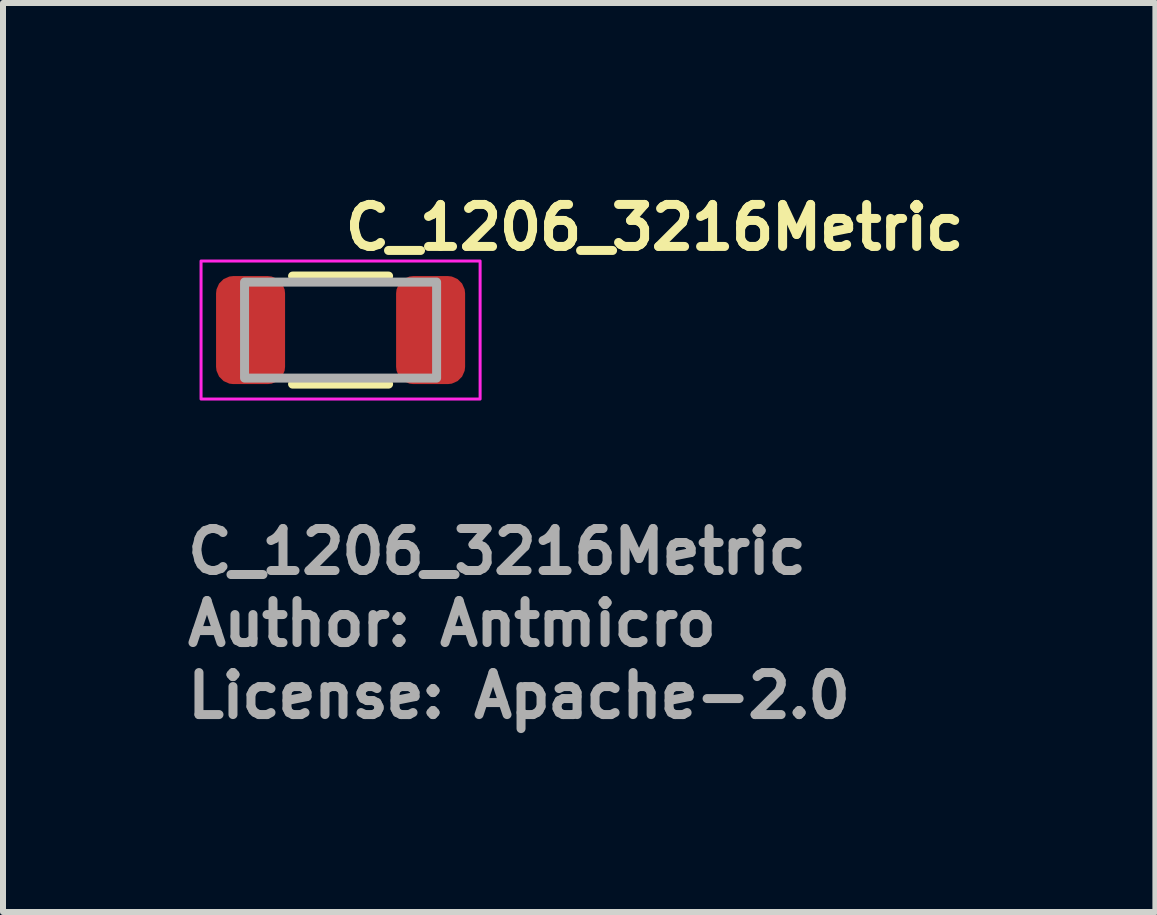
<source format=kicad_pcb>
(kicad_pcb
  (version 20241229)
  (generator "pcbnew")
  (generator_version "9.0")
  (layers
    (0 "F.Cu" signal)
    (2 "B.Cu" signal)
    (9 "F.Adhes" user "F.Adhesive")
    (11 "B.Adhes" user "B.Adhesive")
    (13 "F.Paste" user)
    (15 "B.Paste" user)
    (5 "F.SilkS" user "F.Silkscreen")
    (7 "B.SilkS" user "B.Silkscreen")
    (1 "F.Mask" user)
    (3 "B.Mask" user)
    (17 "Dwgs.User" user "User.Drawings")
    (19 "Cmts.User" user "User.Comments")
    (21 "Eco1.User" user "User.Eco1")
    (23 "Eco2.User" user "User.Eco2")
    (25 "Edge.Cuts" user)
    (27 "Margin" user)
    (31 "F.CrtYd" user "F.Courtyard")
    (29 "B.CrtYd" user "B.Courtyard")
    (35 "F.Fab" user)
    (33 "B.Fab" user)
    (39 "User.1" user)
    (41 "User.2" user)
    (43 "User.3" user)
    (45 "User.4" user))
  (footprint "C_1206_3216Metric"
    (layer "F.Cu")
    (at 2.625 2.449)
    (property "Reference" "C_1206_3216Metric" (at 0 -1.299 0) (layer "F.SilkS") (effects (font (size 0.7 0.7) (thickness 0.15)) (justify left bottom)))
    (attr smd)
    (fp_line (start 0.8 -0.899) (end -0.8 -0.899) (stroke (width 0.15) (type solid)) (layer "F.SilkS"))
    (fp_line (start 0.8 0.901) (end -0.8 0.901) (stroke (width 0.15) (type solid)) (layer "F.SilkS"))
    (fp_rect (start -2.325 -1.15) (end 2.325 1.15) (stroke (width 0.05) (type default)) (fill no) (layer "F.CrtYd"))
    (fp_rect (start -1.6 -0.799) (end 1.6 0.801) (stroke (width 0.15) (type solid)) (fill no) (layer "F.Fab"))
    (fp_rect (start -1.601 -0.801) (end 1.6 0.801) (stroke (width 0.1) (type solid)) (fill no) (layer "User.5"))
    (fp_line (start -1.601 -0.778) (end -1.601 -0.776) (stroke (width 0.02) (type solid)) (layer "User.9"))
    (fp_line (start -1.601 -0.778) (end -1.599 -0.779) (stroke (width 0.02) (type solid)) (layer "User.9"))
    (fp_line (start -1.601 -0.776) (end -1.601 -0.778) (stroke (width 0.02) (type solid)) (layer "User.9"))
    (fp_line (start -1.601 -0.776) (end -1.601 -0.775) (stroke (width 0.02) (type solid)) (layer "User.9"))
    (fp_line (start -1.601 -0.775) (end -1.601 -0.776) (stroke (width 0.02) (type solid)) (layer "User.9"))
    (fp_line (start -1.601 -0.775) (end -1.601 -0.773) (stroke (width 0.02) (type solid)) (layer "User.9"))
    (fp_line (start -1.601 -0.773) (end -1.601 -0.775) (stroke (width 0.02) (type solid)) (layer "User.9"))
    (fp_line (start -1.601 -0.773) (end -1.601 -0.772) (stroke (width 0.02) (type solid)) (layer "User.9"))
    (fp_line (start -1.601 -0.772) (end -1.601 -0.773) (stroke (width 0.02) (type solid)) (layer "User.9"))
    (fp_line (start -1.601 -0.772) (end -1.601 -0.771) (stroke (width 0.02) (type solid)) (layer "User.9"))
    (fp_line (start -1.601 -0.771) (end -1.601 -0.772) (stroke (width 0.02) (type solid)) (layer "User.9"))
    (fp_line (start -1.601 0.771) (end -1.601 -0.771) (stroke (width 0.02) (type solid)) (layer "User.9"))
    (fp_line (start -1.601 0.771) (end -1.601 0.772) (stroke (width 0.02) (type solid)) (layer "User.9"))
    (fp_line (start -1.601 0.772) (end -1.601 0.771) (stroke (width 0.02) (type solid)) (layer "User.9"))
    (fp_line (start -1.601 0.772) (end -1.601 0.773) (stroke (width 0.02) (type solid)) (layer "User.9"))
    (fp_line (start -1.601 0.773) (end -1.601 0.772) (stroke (width 0.02) (type solid)) (layer "User.9"))
    (fp_line (start -1.601 0.773) (end -1.601 0.775) (stroke (width 0.02) (type solid)) (layer "User.9"))
    (fp_line (start -1.601 0.775) (end -1.601 0.773) (stroke (width 0.02) (type solid)) (layer "User.9"))
    (fp_line (start -1.601 0.775) (end -1.601 0.776) (stroke (width 0.02) (type solid)) (layer "User.9"))
    (fp_line (start -1.601 0.776) (end -1.601 0.775) (stroke (width 0.02) (type solid)) (layer "User.9"))
    (fp_line (start -1.601 0.776) (end -1.601 0.778) (stroke (width 0.02) (type solid)) (layer "User.9"))
    (fp_line (start -1.601 0.778) (end -1.601 0.776) (stroke (width 0.02) (type solid)) (layer "User.9"))
    (fp_line (start -1.601 0.778) (end -1.599 0.779) (stroke (width 0.02) (type solid)) (layer "User.9"))
    (fp_line (start -1.599 -0.783) (end -1.599 -0.782) (stroke (width 0.02) (type solid)) (layer "User.9"))
    (fp_line (start -1.599 -0.783) (end -1.597 -0.785) (stroke (width 0.02) (type solid)) (layer "User.9"))
    (fp_line (start -1.599 -0.782) (end -1.599 -0.783) (stroke (width 0.02) (type solid)) (layer "User.9"))
    (fp_line (start -1.599 -0.782) (end -1.599 -0.781) (stroke (width 0.02) (type solid)) (layer "User.9"))
    (fp_line (start -1.599 -0.781) (end -1.599 -0.782) (stroke (width 0.02) (type solid)) (layer "User.9"))
    (fp_line (start -1.599 -0.781) (end -1.599 -0.779) (stroke (width 0.02) (type solid)) (layer "User.9"))
    (fp_line (start -1.599 -0.779) (end -1.601 -0.778) (stroke (width 0.02) (type solid)) (layer "User.9"))
    (fp_line (start -1.599 -0.779) (end -1.599 -0.781) (stroke (width 0.02) (type solid)) (layer "User.9"))
    (fp_line (start -1.599 0.779) (end -1.601 0.778) (stroke (width 0.02) (type solid)) (layer "User.9"))
    (fp_line (start -1.599 0.779) (end -1.599 0.781) (stroke (width 0.02) (type solid)) (layer "User.9"))
    (fp_line (start -1.599 0.781) (end -1.599 0.779) (stroke (width 0.02) (type solid)) (layer "User.9"))
    (fp_line (start -1.599 0.781) (end -1.599 0.782) (stroke (width 0.02) (type solid)) (layer "User.9"))
    (fp_line (start -1.599 0.782) (end -1.599 0.781) (stroke (width 0.02) (type solid)) (layer "User.9"))
    (fp_line (start -1.599 0.782) (end -1.599 0.783) (stroke (width 0.02) (type solid)) (layer "User.9"))
    (fp_line (start -1.599 0.783) (end -1.599 0.782) (stroke (width 0.02) (type solid)) (layer "User.9"))
    (fp_line (start -1.599 0.783) (end -1.597 0.785) (stroke (width 0.02) (type solid)) (layer "User.9"))
    (fp_line (start -1.597 -0.786) (end -1.597 -0.785) (stroke (width 0.02) (type solid)) (layer "User.9"))
    (fp_line (start -1.597 -0.786) (end -1.595 -0.787) (stroke (width 0.02) (type solid)) (layer "User.9"))
    (fp_line (start -1.597 -0.785) (end -1.599 -0.783) (stroke (width 0.02) (type solid)) (layer "User.9"))
    (fp_line (start -1.597 -0.785) (end -1.597 -0.786) (stroke (width 0.02) (type solid)) (layer "User.9"))
    (fp_line (start -1.597 0.785) (end -1.599 0.783) (stroke (width 0.02) (type solid)) (layer "User.9"))
    (fp_line (start -1.597 0.785) (end -1.597 0.786) (stroke (width 0.02) (type solid)) (layer "User.9"))
    (fp_line (start -1.597 0.786) (end -1.597 0.785) (stroke (width 0.02) (type solid)) (layer "User.9"))
    (fp_line (start -1.597 0.786) (end -1.595 0.787) (stroke (width 0.02) (type solid)) (layer "User.9"))
    (fp_line (start -1.595 -0.79) (end -1.595 -0.788) (stroke (width 0.02) (type solid)) (layer "User.9"))
    (fp_line (start -1.595 -0.79) (end -1.593 -0.791) (stroke (width 0.02) (type solid)) (layer "User.9"))
    (fp_line (start -1.595 -0.788) (end -1.595 -0.79) (stroke (width 0.02) (type solid)) (layer "User.9"))
    (fp_line (start -1.595 -0.788) (end -1.595 -0.787) (stroke (width 0.02) (type solid)) (layer "User.9"))
    (fp_line (start -1.595 -0.787) (end -1.597 -0.786) (stroke (width 0.02) (type solid)) (layer "User.9"))
    (fp_line (start -1.595 -0.787) (end -1.595 -0.788) (stroke (width 0.02) (type solid)) (layer "User.9"))
    (fp_line (start -1.595 0.787) (end -1.597 0.786) (stroke (width 0.02) (type solid)) (layer "User.9"))
    (fp_line (start -1.595 0.787) (end -1.595 0.788) (stroke (width 0.02) (type solid)) (layer "User.9"))
    (fp_line (start -1.595 0.788) (end -1.595 0.787) (stroke (width 0.02) (type solid)) (layer "User.9"))
    (fp_line (start -1.595 0.788) (end -1.595 0.79) (stroke (width 0.02) (type solid)) (layer "User.9"))
    (fp_line (start -1.595 0.79) (end -1.595 0.788) (stroke (width 0.02) (type solid)) (layer "User.9"))
    (fp_line (start -1.595 0.79) (end -1.593 0.791) (stroke (width 0.02) (type solid)) (layer "User.9"))
    (fp_line (start -1.593 -0.792) (end -1.593 -0.792) (stroke (width 0.02) (type solid)) (layer "User.9"))
    (fp_line (start -1.593 -0.792) (end -1.593 -0.792) (stroke (width 0.02) (type solid)) (layer "User.9"))
    (fp_line (start -1.593 -0.792) (end -1.593 -0.791) (stroke (width 0.02) (type solid)) (layer "User.9"))
    (fp_line (start -1.593 -0.792) (end -1.591 -0.793) (stroke (width 0.02) (type solid)) (layer "User.9"))
    (fp_line (start -1.593 -0.791) (end -1.595 -0.79) (stroke (width 0.02) (type solid)) (layer "User.9"))
    (fp_line (start -1.593 -0.791) (end -1.593 -0.792) (stroke (width 0.02) (type solid)) (layer "User.9"))
    (fp_line (start -1.593 0.791) (end -1.595 0.79) (stroke (width 0.02) (type solid)) (layer "User.9"))
    (fp_line (start -1.593 0.791) (end -1.593 0.792) (stroke (width 0.02) (type solid)) (layer "User.9"))
    (fp_line (start -1.593 0.792) (end -1.593 0.791) (stroke (width 0.02) (type solid)) (layer "User.9"))
    (fp_line (start -1.593 0.792) (end -1.593 0.792) (stroke (width 0.02) (type solid)) (layer "User.9"))
    (fp_line (start -1.593 0.792) (end -1.593 0.792) (stroke (width 0.02) (type solid)) (layer "User.9"))
    (fp_line (start -1.593 0.792) (end -1.591 0.793) (stroke (width 0.02) (type solid)) (layer "User.9"))
    (fp_line (start -1.591 -0.794) (end -1.591 -0.793) (stroke (width 0.02) (type solid)) (layer "User.9"))
    (fp_line (start -1.591 -0.794) (end -1.589 -0.795) (stroke (width 0.02) (type solid)) (layer "User.9"))
    (fp_line (start -1.591 -0.793) (end -1.593 -0.792) (stroke (width 0.02) (type solid)) (layer "User.9"))
    (fp_line (start -1.591 -0.793) (end -1.591 -0.794) (stroke (width 0.02) (type solid)) (layer "User.9"))
    (fp_line (start -1.591 0.793) (end -1.593 0.792) (stroke (width 0.02) (type solid)) (layer "User.9"))
    (fp_line (start -1.591 0.793) (end -1.591 0.794) (stroke (width 0.02) (type solid)) (layer "User.9"))
    (fp_line (start -1.591 0.794) (end -1.591 0.793) (stroke (width 0.02) (type solid)) (layer "User.9"))
    (fp_line (start -1.591 0.794) (end -1.589 0.795) (stroke (width 0.02) (type solid)) (layer "User.9"))
    (fp_line (start -1.589 -0.795) (end -1.591 -0.794) (stroke (width 0.02) (type solid)) (layer "User.9"))
    (fp_line (start -1.589 -0.795) (end -1.587 -0.795) (stroke (width 0.02) (type solid)) (layer "User.9"))
    (fp_line (start -1.589 0.795) (end -1.591 0.794) (stroke (width 0.02) (type solid)) (layer "User.9"))
    (fp_line (start -1.589 0.795) (end -1.587 0.795) (stroke (width 0.02) (type solid)) (layer "User.9"))
    (fp_line (start -1.587 -0.796) (end -1.587 -0.795) (stroke (width 0.02) (type solid)) (layer "User.9"))
    (fp_line (start -1.587 -0.796) (end -1.585 -0.797) (stroke (width 0.02) (type solid)) (layer "User.9"))
    (fp_line (start -1.587 -0.795) (end -1.589 -0.795) (stroke (width 0.02) (type solid)) (layer "User.9"))
    (fp_line (start -1.587 -0.795) (end -1.587 -0.796) (stroke (width 0.02) (type solid)) (layer "User.9"))
    (fp_line (start -1.587 0.795) (end -1.589 0.795) (stroke (width 0.02) (type solid)) (layer "User.9"))
    (fp_line (start -1.587 0.795) (end -1.587 0.796) (stroke (width 0.02) (type solid)) (layer "User.9"))
    (fp_line (start -1.587 0.796) (end -1.587 0.795) (stroke (width 0.02) (type solid)) (layer "User.9"))
    (fp_line (start -1.587 0.796) (end -1.585 0.797) (stroke (width 0.02) (type solid)) (layer "User.9"))
    (fp_line (start -1.585 -0.797) (end -1.587 -0.796) (stroke (width 0.02) (type solid)) (layer "User.9"))
    (fp_line (start -1.585 -0.797) (end -1.583 -0.798) (stroke (width 0.02) (type solid)) (layer "User.9"))
    (fp_line (start -1.585 0.797) (end -1.587 0.796) (stroke (width 0.02) (type solid)) (layer "User.9"))
    (fp_line (start -1.585 0.797) (end -1.583 0.798) (stroke (width 0.02) (type solid)) (layer "User.9"))
    (fp_line (start -1.583 -0.798) (end -1.585 -0.797) (stroke (width 0.02) (type solid)) (layer "User.9"))
    (fp_line (start -1.583 -0.798) (end -1.583 -0.798) (stroke (width 0.02) (type solid)) (layer "User.9"))
    (fp_line (start -1.583 -0.798) (end -1.583 -0.798) (stroke (width 0.02) (type solid)) (layer "User.9"))
    (fp_line (start -1.583 -0.798) (end -1.581 -0.799) (stroke (width 0.02) (type solid)) (layer "User.9"))
    (fp_line (start -1.583 0.798) (end -1.585 0.797) (stroke (width 0.02) (type solid)) (layer "User.9"))
    (fp_line (start -1.583 0.798) (end -1.583 0.798) (stroke (width 0.02) (type solid)) (layer "User.9"))
    (fp_line (start -1.583 0.798) (end -1.583 0.798) (stroke (width 0.02) (type solid)) (layer "User.9"))
    (fp_line (start -1.583 0.798) (end -1.581 0.799) (stroke (width 0.02) (type solid)) (layer "User.9"))
    (fp_line (start -1.581 -0.799) (end -1.583 -0.798) (stroke (width 0.02) (type solid)) (layer "User.9"))
    (fp_line (start -1.581 -0.799) (end -1.579 -0.799) (stroke (width 0.02) (type solid)) (layer "User.9"))
    (fp_line (start -1.581 0.799) (end -1.583 0.798) (stroke (width 0.02) (type solid)) (layer "User.9"))
    (fp_line (start -1.581 0.799) (end -1.579 0.799) (stroke (width 0.02) (type solid)) (layer "User.9"))
    (fp_line (start -1.579 -0.8) (end -1.579 -0.799) (stroke (width 0.02) (type solid)) (layer "User.9"))
    (fp_line (start -1.579 -0.8) (end -1.577 -0.8) (stroke (width 0.02) (type solid)) (layer "User.9"))
    (fp_line (start -1.579 -0.799) (end -1.581 -0.799) (stroke (width 0.02) (type solid)) (layer "User.9"))
    (fp_line (start -1.579 -0.799) (end -1.579 -0.8) (stroke (width 0.02) (type solid)) (layer "User.9"))
    (fp_line (start -1.579 0.799) (end -1.581 0.799) (stroke (width 0.02) (type solid)) (layer "User.9"))
    (fp_line (start -1.579 0.799) (end -1.579 0.8) (stroke (width 0.02) (type solid)) (layer "User.9"))
    (fp_line (start -1.579 0.8) (end -1.579 0.799) (stroke (width 0.02) (type solid)) (layer "User.9"))
    (fp_line (start -1.579 0.8) (end -1.577 0.8) (stroke (width 0.02) (type solid)) (layer "User.9"))
    (fp_line (start -1.577 -0.8) (end -1.579 -0.8) (stroke (width 0.02) (type solid)) (layer "User.9"))
    (fp_line (start -1.577 -0.8) (end -1.575 -0.8) (stroke (width 0.02) (type solid)) (layer "User.9"))
    (fp_line (start -1.577 0.8) (end -1.579 0.8) (stroke (width 0.02) (type solid)) (layer "User.9"))
    (fp_line (start -1.577 0.8) (end -1.575 0.8) (stroke (width 0.02) (type solid)) (layer "User.9"))
    (fp_line (start -1.575 -0.8) (end -1.577 -0.8) (stroke (width 0.02) (type solid)) (layer "User.9"))
    (fp_line (start -1.575 -0.8) (end -1.573 -0.8) (stroke (width 0.02) (type solid)) (layer "User.9"))
    (fp_line (start -1.575 0.8) (end -1.577 0.8) (stroke (width 0.02) (type solid)) (layer "User.9"))
    (fp_line (start -1.575 0.8) (end -1.573 0.8) (stroke (width 0.02) (type solid)) (layer "User.9"))
    (fp_line (start -1.573 -0.8) (end -1.575 -0.8) (stroke (width 0.02) (type solid)) (layer "User.9"))
    (fp_line (start -1.573 -0.8) (end -1.573 -0.8) (stroke (width 0.02) (type solid)) (layer "User.9"))
    (fp_line (start -1.573 -0.8) (end -1.573 -0.8) (stroke (width 0.02) (type solid)) (layer "User.9"))
    (fp_line (start -1.573 -0.8) (end -1.571 -0.801) (stroke (width 0.02) (type solid)) (layer "User.9"))
    (fp_line (start -1.573 0.8) (end -1.575 0.8) (stroke (width 0.02) (type solid)) (layer "User.9"))
    (fp_line (start -1.573 0.8) (end -1.573 0.8) (stroke (width 0.02) (type solid)) (layer "User.9"))
    (fp_line (start -1.573 0.8) (end -1.573 0.8) (stroke (width 0.02) (type solid)) (layer "User.9"))
    (fp_line (start -1.573 0.8) (end -1.571 0.801) (stroke (width 0.02) (type solid)) (layer "User.9"))
    (fp_line (start -1.571 -0.801) (end -1.573 -0.8) (stroke (width 0.02) (type solid)) (layer "User.9"))
    (fp_line (start -1.571 -0.801) (end -1.101 -0.801) (stroke (width 0.02) (type solid)) (layer "User.9"))
    (fp_line (start -1.571 0.801) (end -1.573 0.8) (stroke (width 0.02) (type solid)) (layer "User.9"))
    (fp_line (start -1.101 -0.801) (end -1.101 -0.771) (stroke (width 0.02) (type solid)) (layer "User.9"))
    (fp_line (start -1.101 -0.771) (end 1.1 -0.771) (stroke (width 0.02) (type solid)) (layer "User.9"))
    (fp_line (start -1.101 0.771) (end -1.101 -0.771) (stroke (width 0.02) (type solid)) (layer "User.9"))
    (fp_line (start -1.101 0.771) (end -1.101 0.801) (stroke (width 0.02) (type solid)) (layer "User.9"))
    (fp_line (start -1.101 0.801) (end -1.571 0.801) (stroke (width 0.02) (type solid)) (layer "User.9"))
    (fp_line (start 1.1 -0.801) (end 1.57 -0.801) (stroke (width 0.02) (type solid)) (layer "User.9"))
    (fp_line (start 1.1 -0.771) (end 1.1 -0.801) (stroke (width 0.02) (type solid)) (layer "User.9"))
    (fp_line (start 1.1 -0.771) (end 1.1 0.771) (stroke (width 0.02) (type solid)) (layer "User.9"))
    (fp_line (start 1.1 0.771) (end -1.101 0.771) (stroke (width 0.02) (type solid)) (layer "User.9"))
    (fp_line (start 1.1 0.801) (end 1.1 0.771) (stroke (width 0.02) (type solid)) (layer "User.9"))
    (fp_line (start 1.57 -0.8) (end 1.57 -0.801) (stroke (width 0.02) (type solid)) (layer "User.9"))
    (fp_line (start 1.57 0.8) (end 1.57 0.801) (stroke (width 0.02) (type solid)) (layer "User.9"))
    (fp_line (start 1.57 0.801) (end 1.1 0.801) (stroke (width 0.02) (type solid)) (layer "User.9"))
    (fp_line (start 1.572 -0.8) (end 1.57 -0.8) (stroke (width 0.02) (type solid)) (layer "User.9"))
    (fp_line (start 1.572 0.8) (end 1.57 0.8) (stroke (width 0.02) (type solid)) (layer "User.9"))
    (fp_line (start 1.574 -0.8) (end 1.572 -0.8) (stroke (width 0.02) (type solid)) (layer "User.9"))
    (fp_line (start 1.574 -0.8) (end 1.574 -0.8) (stroke (width 0.02) (type solid)) (layer "User.9"))
    (fp_line (start 1.574 0.8) (end 1.572 0.8) (stroke (width 0.02) (type solid)) (layer "User.9"))
    (fp_line (start 1.574 0.8) (end 1.574 0.8) (stroke (width 0.02) (type solid)) (layer "User.9"))
    (fp_line (start 1.576 -0.8) (end 1.574 -0.8) (stroke (width 0.02) (type solid)) (layer "User.9"))
    (fp_line (start 1.576 0.8) (end 1.574 0.8) (stroke (width 0.02) (type solid)) (layer "User.9"))
    (fp_line (start 1.578 -0.799) (end 1.576 -0.8) (stroke (width 0.02) (type solid)) (layer "User.9"))
    (fp_line (start 1.578 0.799) (end 1.576 0.8) (stroke (width 0.02) (type solid)) (layer "User.9"))
    (fp_line (start 1.58 -0.799) (end 1.578 -0.799) (stroke (width 0.02) (type solid)) (layer "User.9"))
    (fp_line (start 1.58 -0.798) (end 1.58 -0.799) (stroke (width 0.02) (type solid)) (layer "User.9"))
    (fp_line (start 1.58 0.798) (end 1.58 0.799) (stroke (width 0.02) (type solid)) (layer "User.9"))
    (fp_line (start 1.58 0.799) (end 1.578 0.799) (stroke (width 0.02) (type solid)) (layer "User.9"))
    (fp_line (start 1.582 -0.798) (end 1.58 -0.798) (stroke (width 0.02) (type solid)) (layer "User.9"))
    (fp_line (start 1.582 0.798) (end 1.58 0.798) (stroke (width 0.02) (type solid)) (layer "User.9"))
    (fp_line (start 1.584 -0.797) (end 1.582 -0.798) (stroke (width 0.02) (type solid)) (layer "User.9"))
    (fp_line (start 1.584 -0.796) (end 1.584 -0.797) (stroke (width 0.02) (type solid)) (layer "User.9"))
    (fp_line (start 1.584 0.796) (end 1.584 0.797) (stroke (width 0.02) (type solid)) (layer "User.9"))
    (fp_line (start 1.584 0.797) (end 1.582 0.798) (stroke (width 0.02) (type solid)) (layer "User.9"))
    (fp_line (start 1.586 -0.795) (end 1.584 -0.796) (stroke (width 0.02) (type solid)) (layer "User.9"))
    (fp_line (start 1.586 -0.795) (end 1.586 -0.795) (stroke (width 0.02) (type solid)) (layer "User.9"))
    (fp_line (start 1.586 0.795) (end 1.584 0.796) (stroke (width 0.02) (type solid)) (layer "User.9"))
    (fp_line (start 1.586 0.795) (end 1.586 0.795) (stroke (width 0.02) (type solid)) (layer "User.9"))
    (fp_line (start 1.588 -0.794) (end 1.586 -0.795) (stroke (width 0.02) (type solid)) (layer "User.9"))
    (fp_line (start 1.588 0.794) (end 1.586 0.795) (stroke (width 0.02) (type solid)) (layer "User.9"))
    (fp_line (start 1.59 -0.793) (end 1.588 -0.794) (stroke (width 0.02) (type solid)) (layer "User.9"))
    (fp_line (start 1.59 -0.792) (end 1.59 -0.793) (stroke (width 0.02) (type solid)) (layer "User.9"))
    (fp_line (start 1.59 -0.792) (end 1.59 -0.792) (stroke (width 0.02) (type solid)) (layer "User.9"))
    (fp_line (start 1.59 0.792) (end 1.59 0.792) (stroke (width 0.02) (type solid)) (layer "User.9"))
    (fp_line (start 1.59 0.792) (end 1.59 0.793) (stroke (width 0.02) (type solid)) (layer "User.9"))
    (fp_line (start 1.59 0.793) (end 1.588 0.794) (stroke (width 0.02) (type solid)) (layer "User.9"))
    (fp_line (start 1.592 -0.791) (end 1.59 -0.792) (stroke (width 0.02) (type solid)) (layer "User.9"))
    (fp_line (start 1.592 -0.79) (end 1.592 -0.791) (stroke (width 0.02) (type solid)) (layer "User.9"))
    (fp_line (start 1.592 0.79) (end 1.592 0.791) (stroke (width 0.02) (type solid)) (layer "User.9"))
    (fp_line (start 1.592 0.791) (end 1.59 0.792) (stroke (width 0.02) (type solid)) (layer "User.9"))
    (fp_line (start 1.594 -0.788) (end 1.592 -0.79) (stroke (width 0.02) (type solid)) (layer "User.9"))
    (fp_line (start 1.594 -0.787) (end 1.594 -0.788) (stroke (width 0.02) (type solid)) (layer "User.9"))
    (fp_line (start 1.594 -0.786) (end 1.594 -0.787) (stroke (width 0.02) (type solid)) (layer "User.9"))
    (fp_line (start 1.594 0.786) (end 1.594 0.787) (stroke (width 0.02) (type solid)) (layer "User.9"))
    (fp_line (start 1.594 0.787) (end 1.594 0.788) (stroke (width 0.02) (type solid)) (layer "User.9"))
    (fp_line (start 1.594 0.788) (end 1.592 0.79) (stroke (width 0.02) (type solid)) (layer "User.9"))
    (fp_line (start 1.596 -0.785) (end 1.594 -0.786) (stroke (width 0.02) (type solid)) (layer "User.9"))
    (fp_line (start 1.596 -0.783) (end 1.596 -0.785) (stroke (width 0.02) (type solid)) (layer "User.9"))
    (fp_line (start 1.596 -0.782) (end 1.596 -0.783) (stroke (width 0.02) (type solid)) (layer "User.9"))
    (fp_line (start 1.596 0.782) (end 1.596 0.783) (stroke (width 0.02) (type solid)) (layer "User.9"))
    (fp_line (start 1.596 0.783) (end 1.596 0.785) (stroke (width 0.02) (type solid)) (layer "User.9"))
    (fp_line (start 1.596 0.785) (end 1.594 0.786) (stroke (width 0.02) (type solid)) (layer "User.9"))
    (fp_line (start 1.598 -0.781) (end 1.596 -0.782) (stroke (width 0.02) (type solid)) (layer "User.9"))
    (fp_line (start 1.598 -0.779) (end 1.598 -0.781) (stroke (width 0.02) (type solid)) (layer "User.9"))
    (fp_line (start 1.598 -0.778) (end 1.598 -0.779) (stroke (width 0.02) (type solid)) (layer "User.9"))
    (fp_line (start 1.598 -0.776) (end 1.598 -0.778) (stroke (width 0.02) (type solid)) (layer "User.9"))
    (fp_line (start 1.598 -0.775) (end 1.598 -0.776) (stroke (width 0.02) (type solid)) (layer "User.9"))
    (fp_line (start 1.598 -0.773) (end 1.598 -0.775) (stroke (width 0.02) (type solid)) (layer "User.9"))
    (fp_line (start 1.598 -0.772) (end 1.598 -0.773) (stroke (width 0.02) (type solid)) (layer "User.9"))
    (fp_line (start 1.598 0.772) (end 1.598 0.773) (stroke (width 0.02) (type solid)) (layer "User.9"))
    (fp_line (start 1.598 0.773) (end 1.598 0.775) (stroke (width 0.02) (type solid)) (layer "User.9"))
    (fp_line (start 1.598 0.775) (end 1.598 0.776) (stroke (width 0.02) (type solid)) (layer "User.9"))
    (fp_line (start 1.598 0.776) (end 1.598 0.778) (stroke (width 0.02) (type solid)) (layer "User.9"))
    (fp_line (start 1.598 0.778) (end 1.598 0.779) (stroke (width 0.02) (type solid)) (layer "User.9"))
    (fp_line (start 1.598 0.779) (end 1.598 0.781) (stroke (width 0.02) (type solid)) (layer "User.9"))
    (fp_line (start 1.598 0.781) (end 1.596 0.782) (stroke (width 0.02) (type solid)) (layer "User.9"))
    (fp_line (start 1.6 -0.771) (end 1.598 -0.772) (stroke (width 0.02) (type solid)) (layer "User.9"))
    (fp_line (start 1.6 -0.771) (end 1.6 0.771) (stroke (width 0.02) (type solid)) (layer "User.9"))
    (fp_line (start 1.6 0.771) (end 1.598 0.772) (stroke (width 0.02) (type solid)) (layer "User.9"))
    (fp_text user "${REFERENCE}" (at -2.625 4.101 0) (layer "F.Fab") (effects (font (size 0.7 0.7) (thickness 0.15)) (justify left bottom)))
    (fp_text user "License: Apache-2.0" (at -2.625 6.501 0) (layer "F.Fab") (effects (font (size 0.7 0.7) (thickness 0.15)) (justify left bottom)))
    (fp_text user "Author: Antmicro" (at -2.625 5.301 0) (layer "F.Fab") (effects (font (size 0.7 0.7) (thickness 0.15)) (justify left bottom)))
    (pad "1" smd roundrect (at -1.5 0.001) (size 1.15 1.8) (layers "F.Cu" "F.Mask" "F.Paste") (roundrect_rratio 0.25))
    (pad "2" smd roundrect (at 1.5 0.001) (size 1.15 1.8) (layers "F.Cu" "F.Mask" "F.Paste") (roundrect_rratio 0.25)))
  (gr_rect
    (start -3 -3)
    (end 16.202 12.146)
    (stroke (width 0.1) (type default))
    (fill no)
    (layer "Edge.Cuts")))
</source>
